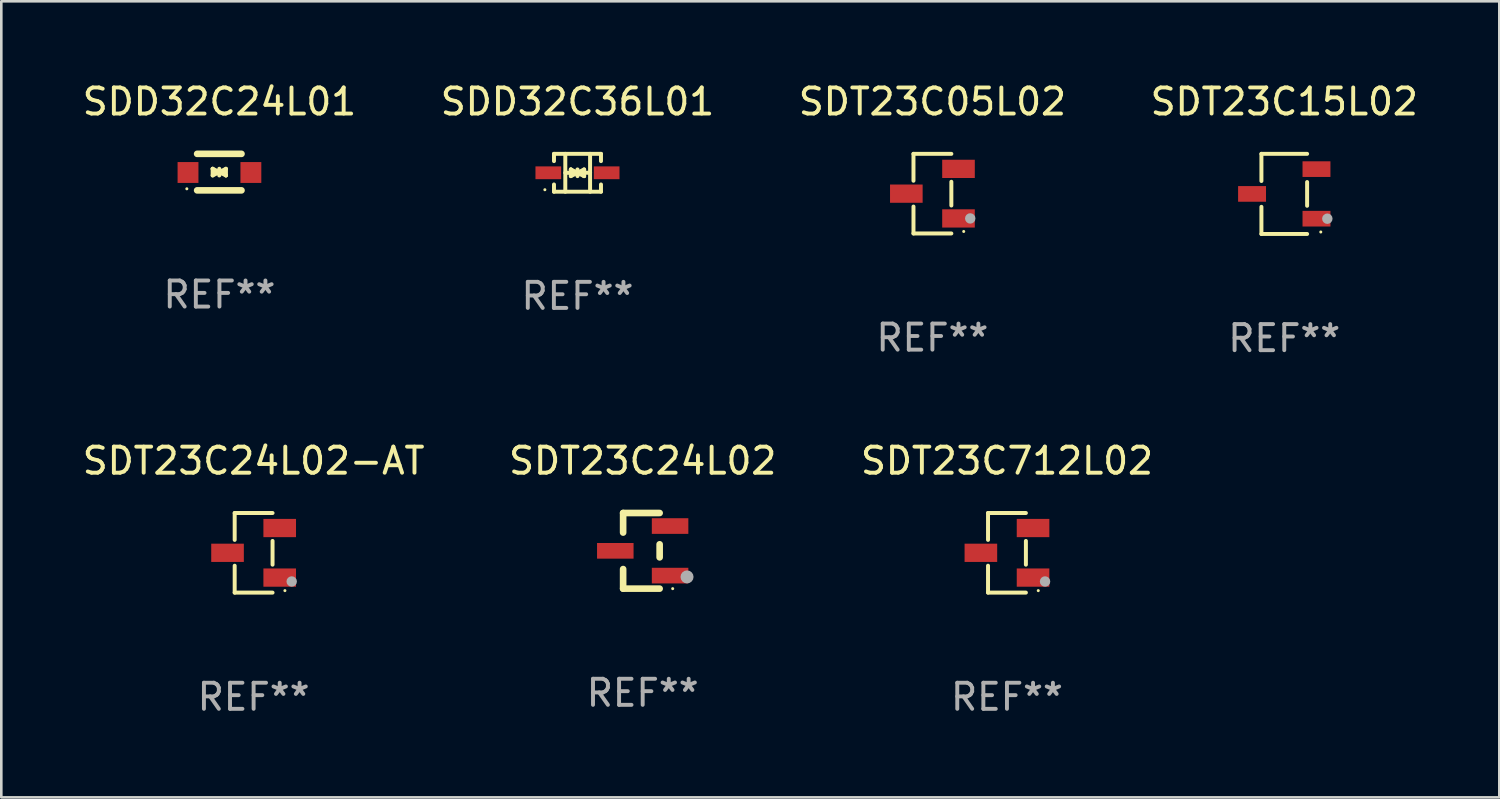
<source format=kicad_pcb>
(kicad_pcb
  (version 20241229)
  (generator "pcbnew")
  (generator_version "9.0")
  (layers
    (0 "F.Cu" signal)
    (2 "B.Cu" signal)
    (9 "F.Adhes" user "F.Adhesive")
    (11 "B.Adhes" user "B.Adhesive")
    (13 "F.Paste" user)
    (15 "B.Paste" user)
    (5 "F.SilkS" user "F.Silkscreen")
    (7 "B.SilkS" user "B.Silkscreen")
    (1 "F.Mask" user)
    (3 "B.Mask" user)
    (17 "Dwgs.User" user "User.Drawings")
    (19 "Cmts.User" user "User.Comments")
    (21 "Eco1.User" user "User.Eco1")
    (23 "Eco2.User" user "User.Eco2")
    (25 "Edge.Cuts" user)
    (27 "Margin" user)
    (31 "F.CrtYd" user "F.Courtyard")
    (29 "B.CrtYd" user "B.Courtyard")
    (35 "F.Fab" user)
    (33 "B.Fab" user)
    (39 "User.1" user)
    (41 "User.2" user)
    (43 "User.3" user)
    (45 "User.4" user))
  (footprint "SDT23C15L02"
    (layer "F.Cu")
    (at 46.185 4.384)
    (property "Reference" "SDT23C15L02" (at 0 -3.536 0) (layer "F.SilkS") (effects (font (size 1 1) (thickness 0.15))))
    (attr through_hole)
    (fp_line (start -0.876 -1.536) (end -0.876 -0.495) (stroke (width 0.152) (type solid)) (layer "F.SilkS"))
    (fp_line (start -0.876 1.536) (end -0.876 0.495) (stroke (width 0.152) (type solid)) (layer "F.SilkS"))
    (fp_line (start 0.876 -1.536) (end -0.876 -1.536) (stroke (width 0.152) (type solid)) (layer "F.SilkS"))
    (fp_line (start 0.876 -0.455) (end 0.876 0.455) (stroke (width 0.152) (type solid)) (layer "F.SilkS"))
    (fp_line (start 0.876 1.536) (end -0.876 1.536) (stroke (width 0.152) (type solid)) (layer "F.SilkS"))
    (fp_circle (center 1.4 1.46) (end 1.43 1.46) (stroke (width 0.06) (type solid)) (fill no) (layer "F.SilkS"))
    (fp_circle (center 1.651 0.95) (end 1.751 0.95) (stroke (width 0.2) (type solid)) (fill no) (layer "F.Fab"))
    (fp_text user "REF**" (at 0 5.536 0) (layer "F.Fab") (effects (font (size 1 1) (thickness 0.15))))
    (pad "1" smd rect (at 1.235 0.95) (size 1.07 0.6) (layers "F.Cu" "F.Mask" "F.Paste"))
    (pad "2" smd rect (at 1.235 -0.95) (size 1.07 0.6) (layers "F.Cu" "F.Mask" "F.Paste"))
    (pad "3" smd rect (at -1.235 0) (size 1.07 0.6) (layers "F.Cu" "F.Mask" "F.Paste")))
  (footprint "SDT23C05L02"
    (layer "F.Cu")
    (at 32.696 4.374)
    (property "Reference" "SDT23C05L02" (at 0 -3.526 0) (layer "F.SilkS") (effects (font (size 1 1) (thickness 0.15))))
    (attr through_hole)
    (fp_line (start -0.726 -1.526) (end -0.726 -0.495) (stroke (width 0.152) (type solid)) (layer "F.SilkS"))
    (fp_line (start -0.726 1.526) (end -0.726 0.495) (stroke (width 0.152) (type solid)) (layer "F.SilkS"))
    (fp_line (start 0.726 -1.526) (end -0.726 -1.526) (stroke (width 0.152) (type solid)) (layer "F.SilkS"))
    (fp_line (start 0.726 -0.455) (end 0.726 0.455) (stroke (width 0.152) (type solid)) (layer "F.SilkS"))
    (fp_line (start 0.726 1.526) (end -0.726 1.526) (stroke (width 0.152) (type solid)) (layer "F.SilkS"))
    (fp_circle (center 1.2 1.45) (end 1.23 1.45) (stroke (width 0.06) (type solid)) (fill no) (layer "F.SilkS"))
    (fp_circle (center 1.45 0.95) (end 1.55 0.95) (stroke (width 0.2) (type solid)) (fill no) (layer "F.Fab"))
    (fp_text user "REF**" (at 0 5.526 0) (layer "F.Fab") (effects (font (size 1 1) (thickness 0.15))))
    (pad "1" smd rect (at 1 0.95) (size 1.25 0.7) (layers "F.Cu" "F.Mask" "F.Paste"))
    (pad "2" smd rect (at 1 -0.95) (size 1.25 0.7) (layers "F.Cu" "F.Mask" "F.Paste"))
    (pad "3" smd rect (at -1 0) (size 1.25 0.7) (layers "F.Cu" "F.Mask" "F.Paste")))
  (footprint "SDT23C24L02-AT"
    (layer "F.Cu")
    (at 6.673 18.143)
    (property "Reference" "SDT23C24L02-AT" (at 0 -3.526 0) (layer "F.SilkS") (effects (font (size 1 1) (thickness 0.15))))
    (attr through_hole)
    (fp_line (start -0.726 -1.526) (end -0.726 -0.495) (stroke (width 0.152) (type solid)) (layer "F.SilkS"))
    (fp_line (start -0.726 1.526) (end -0.726 0.495) (stroke (width 0.152) (type solid)) (layer "F.SilkS"))
    (fp_line (start 0.726 -1.526) (end -0.726 -1.526) (stroke (width 0.152) (type solid)) (layer "F.SilkS"))
    (fp_line (start 0.726 -0.455) (end 0.726 0.455) (stroke (width 0.152) (type solid)) (layer "F.SilkS"))
    (fp_line (start 0.726 1.526) (end -0.726 1.526) (stroke (width 0.152) (type solid)) (layer "F.SilkS"))
    (fp_circle (center 1.2 1.45) (end 1.23 1.45) (stroke (width 0.06) (type solid)) (fill no) (layer "F.SilkS"))
    (fp_circle (center 1.46 1.1) (end 1.56 1.1) (stroke (width 0.2) (type solid)) (fill no) (layer "F.Fab"))
    (fp_text user "REF**" (at 0 5.526 0) (layer "F.Fab") (effects (font (size 1 1) (thickness 0.15))))
    (pad "1" smd rect (at 1 0.95) (size 1.25 0.7) (layers "F.Cu" "F.Mask" "F.Paste"))
    (pad "2" smd rect (at 1 -0.95) (size 1.25 0.7) (layers "F.Cu" "F.Mask" "F.Paste"))
    (pad "3" smd rect (at -1 0) (size 1.25 0.7) (layers "F.Cu" "F.Mask" "F.Paste")))
  (footprint "SDD32C24L01"
    (layer "F.Cu")
    (at 5.363 3.548)
    (property "Reference" "SDD32C24L01" (at 0 -2.7 0) (layer "F.SilkS") (effects (font (size 1 1) (thickness 0.15))))
    (attr through_hole)
    (fp_line (start -0.855 -0.7) (end 0.845 -0.7) (stroke (width 0.254) (type solid)) (layer "F.SilkS"))
    (fp_line (start -0.855 0.7) (end 0.845 0.7) (stroke (width 0.254) (type solid)) (layer "F.SilkS"))
    (fp_line (start -0.26 -0.127) (end -0.26 -0.127) (stroke (width 0.154) (type solid)) (layer "F.SilkS"))
    (fp_line (start -0.26 -0.127) (end -0.008 -0.003) (stroke (width 0.154) (type solid)) (layer "F.SilkS"))
    (fp_line (start -0.26 0.127) (end -0.26 -0.127) (stroke (width 0.154) (type solid)) (layer "F.SilkS"))
    (fp_line (start -0.133 0.000483) (end -0.003 0.000483) (stroke (width 0.154) (type solid)) (layer "F.SilkS"))
    (fp_line (start -0.009 0.000483) (end -0.26 0.127) (stroke (width 0.154) (type solid)) (layer "F.SilkS"))
    (fp_line (start -0.006 -0.127) (end -0.006 0.127) (stroke (width 0.154) (type solid)) (layer "F.SilkS"))
    (fp_line (start -0.003 0.000483) (end 0.248 -0.127) (stroke (width 0.154) (type solid)) (layer "F.SilkS"))
    (fp_line (start 0.121 0.000483) (end -0.009 0.000483) (stroke (width 0.154) (type solid)) (layer "F.SilkS"))
    (fp_line (start 0.248 -0.127) (end 0.248 0.127) (stroke (width 0.154) (type solid)) (layer "F.SilkS"))
    (fp_line (start 0.248 0.127) (end -0.004 0.004) (stroke (width 0.154) (type solid)) (layer "F.SilkS"))
    (fp_line (start 0.248 0.127) (end 0.248 0.127) (stroke (width 0.154) (type solid)) (layer "F.SilkS"))
    (fp_circle (center -1.25 0.64) (end -1.22 0.64) (stroke (width 0.06) (type solid)) (fill no) (layer "F.SilkS"))
    (fp_text user "REF**" (at 0 4.7 0) (layer "F.Fab") (effects (font (size 1 1) (thickness 0.15))))
    (pad "1" smd rect (at -1.205 0.015) (size 0.8 0.8) (layers "F.Cu" "F.Mask" "F.Paste"))
    (pad "2" smd rect (at 1.205 0.015) (size 0.8 0.8) (layers "F.Cu" "F.Mask" "F.Paste")))
  (footprint "SDD32C36L01"
    (layer "F.Cu")
    (at 19.089 3.574)
    (property "Reference" "SDD32C36L01" (at 0 -2.726 0) (layer "F.SilkS") (effects (font (size 1 1) (thickness 0.15))))
    (attr through_hole)
    (fp_line (start -0.901 -0.726) (end -0.901 -0.448) (stroke (width 0.152) (type solid)) (layer "F.SilkS"))
    (fp_line (start -0.901 0.726) (end -0.901 0.448) (stroke (width 0.152) (type solid)) (layer "F.SilkS"))
    (fp_line (start -0.467 0) (end 0.483 -0.003) (stroke (width 0.154) (type solid)) (layer "F.SilkS"))
    (fp_line (start -0.467 0.726) (end -0.467 -0.726) (stroke (width 0.152) (type solid)) (layer "F.SilkS"))
    (fp_line (start -0.254 -0.127) (end -0.254 -0.127) (stroke (width 0.154) (type solid)) (layer "F.SilkS"))
    (fp_line (start -0.254 -0.127) (end -0.002 -0.003) (stroke (width 0.154) (type solid)) (layer "F.SilkS"))
    (fp_line (start -0.254 0.127) (end -0.254 -0.127) (stroke (width 0.154) (type solid)) (layer "F.SilkS"))
    (fp_line (start -0.127 0) (end 0.003 0) (stroke (width 0.154) (type solid)) (layer "F.SilkS"))
    (fp_line (start -0.003 0) (end -0.254 0.127) (stroke (width 0.154) (type solid)) (layer "F.SilkS"))
    (fp_line (start 0 -0.127) (end 0 0.127) (stroke (width 0.154) (type solid)) (layer "F.SilkS"))
    (fp_line (start 0.003 0) (end 0.254 -0.127) (stroke (width 0.154) (type solid)) (layer "F.SilkS"))
    (fp_line (start 0.127 0) (end -0.003 0) (stroke (width 0.154) (type solid)) (layer "F.SilkS"))
    (fp_line (start 0.254 -0.127) (end 0.254 0.127) (stroke (width 0.154) (type solid)) (layer "F.SilkS"))
    (fp_line (start 0.254 0.127) (end 0.002 0.003) (stroke (width 0.154) (type solid)) (layer "F.SilkS"))
    (fp_line (start 0.254 0.127) (end 0.254 0.127) (stroke (width 0.154) (type solid)) (layer "F.SilkS"))
    (fp_line (start 0.483 0.726) (end 0.483 -0.726) (stroke (width 0.152) (type solid)) (layer "F.SilkS"))
    (fp_line (start 0.901 -0.726) (end -0.901 -0.726) (stroke (width 0.152) (type solid)) (layer "F.SilkS"))
    (fp_line (start 0.901 -0.726) (end 0.901 -0.448) (stroke (width 0.152) (type solid)) (layer "F.SilkS"))
    (fp_line (start 0.901 0.726) (end -0.901 0.726) (stroke (width 0.152) (type solid)) (layer "F.SilkS"))
    (fp_line (start 0.901 0.726) (end 0.901 0.448) (stroke (width 0.152) (type solid)) (layer "F.SilkS"))
    (fp_circle (center -1.25 0.65) (end -1.22 0.65) (stroke (width 0.06) (type solid)) (fill no) (layer "F.SilkS"))
    (fp_text user "REF**" (at 0 4.726 0) (layer "F.Fab") (effects (font (size 1 1) (thickness 0.15))))
    (pad "1" smd rect (at -1.118 0) (size 0.985 0.49) (layers "F.Cu" "F.Mask" "F.Paste"))
    (pad "2" smd rect (at 1.118 0) (size 0.985 0.49) (layers "F.Cu" "F.Mask" "F.Paste")))
  (footprint "SDT23C712L02"
    (layer "F.Cu")
    (at 35.554 18.143)
    (property "Reference" "SDT23C712L02" (at 0 -3.526 0) (layer "F.SilkS") (effects (font (size 1 1) (thickness 0.15))))
    (attr through_hole)
    (fp_line (start -0.726 -1.526) (end -0.726 -0.495) (stroke (width 0.152) (type solid)) (layer "F.SilkS"))
    (fp_line (start -0.726 1.526) (end -0.726 0.495) (stroke (width 0.152) (type solid)) (layer "F.SilkS"))
    (fp_line (start 0.726 -1.526) (end -0.726 -1.526) (stroke (width 0.152) (type solid)) (layer "F.SilkS"))
    (fp_line (start 0.726 -0.455) (end 0.726 0.455) (stroke (width 0.152) (type solid)) (layer "F.SilkS"))
    (fp_line (start 0.726 1.526) (end -0.726 1.526) (stroke (width 0.152) (type solid)) (layer "F.SilkS"))
    (fp_circle (center 1.2 1.45) (end 1.23 1.45) (stroke (width 0.06) (type solid)) (fill no) (layer "F.SilkS"))
    (fp_circle (center 1.46 1.1) (end 1.56 1.1) (stroke (width 0.2) (type solid)) (fill no) (layer "F.Fab"))
    (fp_text user "REF**" (at 0 5.526 0) (layer "F.Fab") (effects (font (size 1 1) (thickness 0.15))))
    (pad "1" smd rect (at 1 0.95) (size 1.25 0.7) (layers "F.Cu" "F.Mask" "F.Paste"))
    (pad "2" smd rect (at 1 -0.95) (size 1.25 0.7) (layers "F.Cu" "F.Mask" "F.Paste"))
    (pad "3" smd rect (at -1 0) (size 1.25 0.7) (layers "F.Cu" "F.Mask" "F.Paste")))
  (footprint "SDT23C24L02"
    (layer "F.Cu")
    (at 21.589 18.067)
    (property "Reference" "SDT23C24L02" (at 0 -3.45 0) (layer "F.SilkS") (effects (font (size 1 1) (thickness 0.15))))
    (attr through_hole)
    (fp_line (start -0.75 -1.45) (end 0.65 -1.45) (stroke (width 0.254) (type solid)) (layer "F.SilkS"))
    (fp_line (start -0.75 -0.7) (end -0.75 -1.45) (stroke (width 0.254) (type solid)) (layer "F.SilkS"))
    (fp_line (start -0.75 1.45) (end -0.75 0.7) (stroke (width 0.254) (type solid)) (layer "F.SilkS"))
    (fp_line (start -0.75 1.45) (end 0.65 1.45) (stroke (width 0.254) (type solid)) (layer "F.SilkS"))
    (fp_line (start 0.65 0.25) (end 0.65 -0.25) (stroke (width 0.254) (type solid)) (layer "F.SilkS"))
    (fp_circle (center 1.15 1.45) (end 1.18 1.45) (stroke (width 0.06) (type solid)) (fill no) (layer "F.SilkS"))
    (fp_circle (center 1.7 1) (end 1.825 1) (stroke (width 0.25) (type solid)) (fill no) (layer "F.Fab"))
    (fp_text user "REF**" (at 0 5.45 0) (layer "F.Fab") (effects (font (size 1 1) (thickness 0.15))))
    (pad "1" smd rect (at 1.05 0.95) (size 1.4 0.6) (layers "F.Cu" "F.Mask" "F.Paste"))
    (pad "2" smd rect (at 1.05 -0.95) (size 1.4 0.6) (layers "F.Cu" "F.Mask" "F.Paste"))
    (pad "3" smd rect (at -1.05 0) (size 1.4 0.6) (layers "F.Cu" "F.Mask" "F.Paste")))
  (gr_rect
    (start -3 -3)
    (end 54.429 27.518)
    (stroke (width 0.1) (type default))
    (fill no)
    (layer "Edge.Cuts")))
</source>
